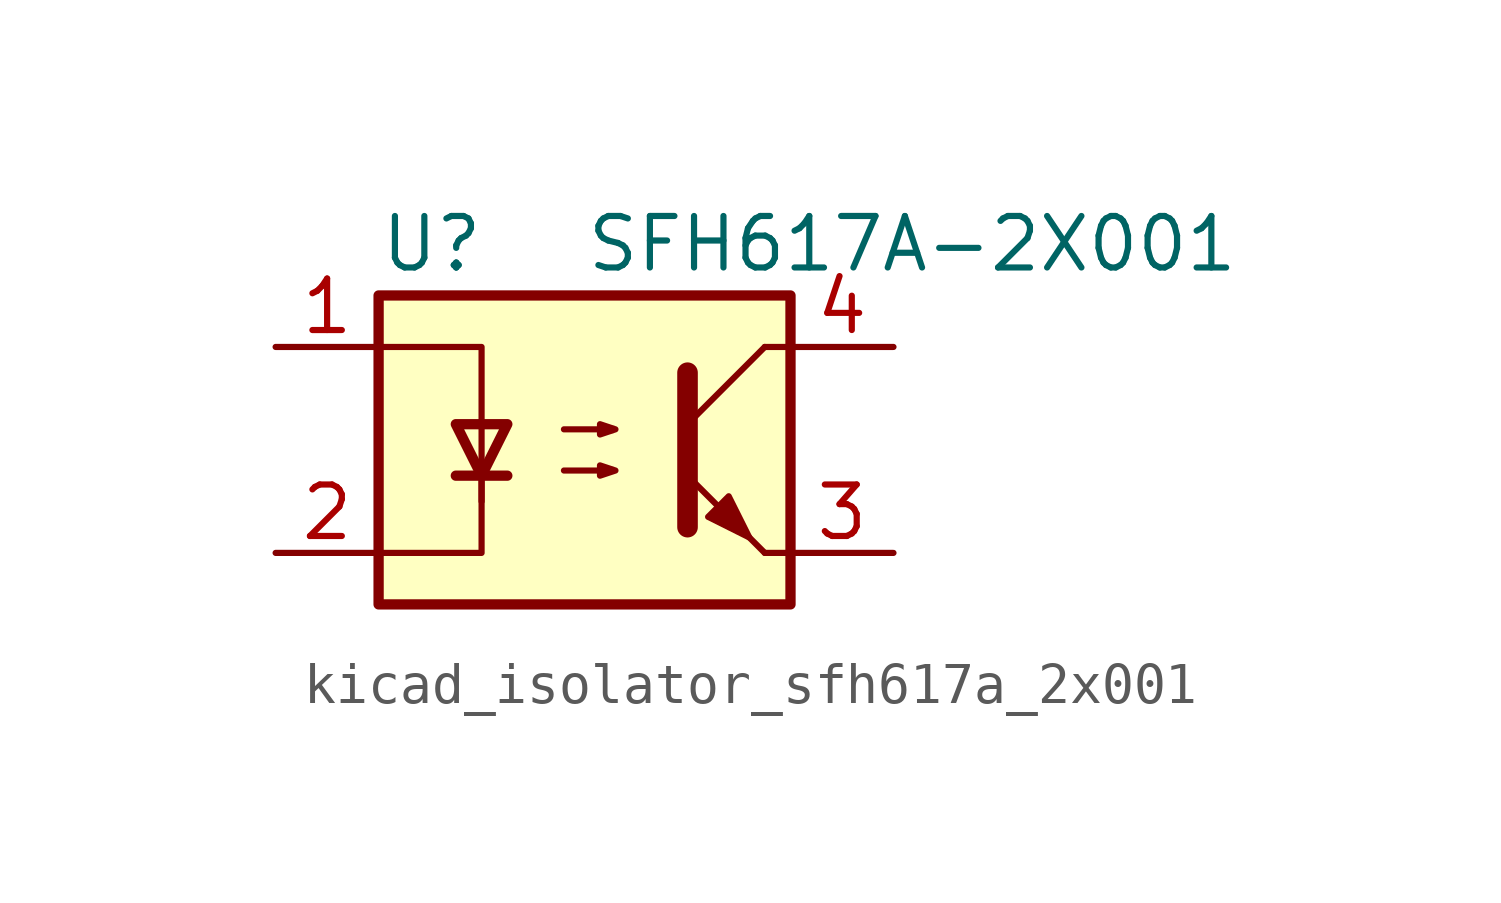
<source format=kicad_sym>
(kicad_symbol_lib
  (version 20220914)
  (generator kicad_symbol_editor)
  (symbol "kicad_isolator_sfh617a_2x001"
    (pin_names
      (offset 1.016))
    (property "Reference" "U"
      (at -5.08 5.08 0)
      (effects (font (size 1.27 1.27)) (justify left)))
    (property "Value" "SFH617A-2X001"
      (at 0 5.08 0)
      (effects (font (size 1.27 1.27)) (justify left)))
    (symbol "kicad_isolator_sfh617a_2x001_0_1"
      (rectangle (start -5.08 3.81) (end 5.08 -3.81) (stroke (width 0.254) (type default)) (fill (type background)))
      (polyline (pts (xy -3.175 -0.635) (xy -1.905 -0.635)) (stroke (width 0.254) (type default)) (fill (type none)))
      (polyline (pts (xy 2.54 0.635) (xy 4.445 2.54)) (stroke (width 0) (type default)) (fill (type none)))
      (polyline (pts (xy 4.445 -2.54) (xy 2.54 -0.635)) (stroke (width 0) (type default)) (fill (type outline)))
      (polyline (pts (xy 4.445 -2.54) (xy 5.08 -2.54)) (stroke (width 0) (type default)) (fill (type none)))
      (polyline (pts (xy 4.445 2.54) (xy 5.08 2.54)) (stroke (width 0) (type default)) (fill (type none)))
      (polyline (pts (xy -2.54 -0.635) (xy -2.54 -2.54) (xy -5.08 -2.54)) (stroke (width 0) (type default)) (fill (type none)))
      (polyline (pts (xy 2.54 1.905) (xy 2.54 -1.905) (xy 2.54 -1.905)) (stroke (width 0.508) (type default)) (fill (type none)))
      (polyline (pts (xy -5.08 2.54) (xy -2.54 2.54) (xy -2.54 -1.27) (xy -2.54 0.635)) (stroke (width 0) (type default)) (fill (type none)))
      (polyline (pts (xy -2.54 -0.635) (xy -3.175 0.635) (xy -1.905 0.635) (xy -2.54 -0.635)) (stroke (width 0.254) (type default)) (fill (type none)))
      (polyline (pts (xy -0.508 -0.508) (xy 0.762 -0.508) (xy 0.381 -0.635) (xy 0.381 -0.381) (xy 0.762 -0.508)) (stroke (width 0) (type default)) (fill (type none)))
      (polyline (pts (xy -0.508 0.508) (xy 0.762 0.508) (xy 0.381 0.381) (xy 0.381 0.635) (xy 0.762 0.508)) (stroke (width 0) (type default)) (fill (type none)))
      (polyline (pts (xy 3.048 -1.651) (xy 3.556 -1.143) (xy 4.064 -2.159) (xy 3.048 -1.651) (xy 3.048 -1.651)) (stroke (width 0) (type default)) (fill (type outline))))
    (symbol "kicad_isolator_sfh617a_2x001_1_1"
      (pin passive line (at -7.62 2.54 0) (length 2.54) (name "~" (effects (font (size 1.27 1.27)))) (number "1" (effects (font (size 1.27 1.27)))))
      (pin passive line (at -7.62 -2.54 0) (length 2.54) (name "~" (effects (font (size 1.27 1.27)))) (number "2" (effects (font (size 1.27 1.27)))))
      (pin passive line (at 7.62 -2.54 180) (length 2.54) (name "~" (effects (font (size 1.27 1.27)))) (number "3" (effects (font (size 1.27 1.27)))))
      (pin passive line (at 7.62 2.54 180) (length 2.54) (name "~" (effects (font (size 1.27 1.27)))) (number "4" (effects (font (size 1.27 1.27))))))))
</source>
